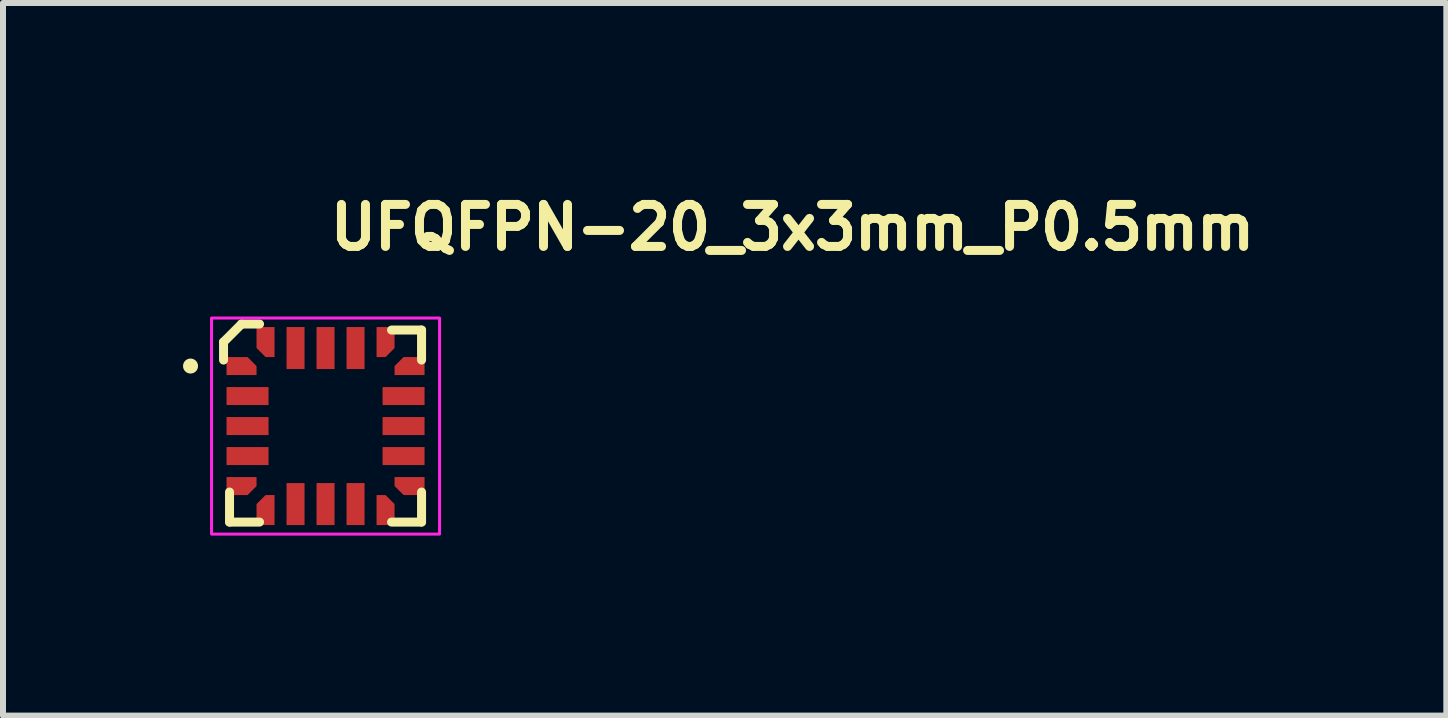
<source format=kicad_pcb>
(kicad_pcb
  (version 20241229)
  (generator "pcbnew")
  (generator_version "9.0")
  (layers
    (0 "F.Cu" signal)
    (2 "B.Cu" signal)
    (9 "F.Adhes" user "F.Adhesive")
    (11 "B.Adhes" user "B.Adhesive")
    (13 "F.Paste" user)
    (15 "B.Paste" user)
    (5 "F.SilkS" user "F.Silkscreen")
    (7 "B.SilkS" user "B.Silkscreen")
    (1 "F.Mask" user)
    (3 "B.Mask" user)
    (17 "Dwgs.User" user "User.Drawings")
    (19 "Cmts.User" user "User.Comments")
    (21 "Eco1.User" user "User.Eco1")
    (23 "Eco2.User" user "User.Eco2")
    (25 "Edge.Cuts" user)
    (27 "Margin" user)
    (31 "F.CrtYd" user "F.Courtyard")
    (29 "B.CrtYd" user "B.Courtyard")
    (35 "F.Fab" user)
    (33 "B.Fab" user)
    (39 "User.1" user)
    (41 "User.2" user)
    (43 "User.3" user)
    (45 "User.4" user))
  (footprint "UFQFPN-20_3x3mm_P0.5mm"
    (layer "F.Cu")
    (at 2.375 4.05)
    (property "Reference" "UFQFPN-20_3x3mm_P0.5mm" (at 0 -2.9 0) (layer "F.SilkS") (effects (font (size 0.7 0.7) (thickness 0.15)) (justify left bottom)))
    (attr smd)
    (fp_line (start -1.7 -1.4) (end -1.4 -1.7) (stroke (width 0.15) (type solid)) (layer "F.SilkS"))
    (fp_line (start -1.7 -1.1) (end -1.7 -1.4) (stroke (width 0.15) (type solid)) (layer "F.SilkS"))
    (fp_line (start -1.6 1.1) (end -1.6 1.6) (stroke (width 0.15) (type solid)) (layer "F.SilkS"))
    (fp_line (start -1.6 1.6) (end -1.1 1.6) (stroke (width 0.15) (type solid)) (layer "F.SilkS"))
    (fp_line (start -1.4 -1.7) (end -1.1 -1.7) (stroke (width 0.15) (type solid)) (layer "F.SilkS"))
    (fp_line (start 1.1 -1.6) (end 1.6 -1.6) (stroke (width 0.15) (type solid)) (layer "F.SilkS"))
    (fp_line (start 1.6 -1.6) (end 1.6 -1.1) (stroke (width 0.15) (type solid)) (layer "F.SilkS"))
    (fp_line (start 1.6 1.1) (end 1.6 1.6) (stroke (width 0.15) (type solid)) (layer "F.SilkS"))
    (fp_line (start 1.6 1.6) (end 1.1 1.6) (stroke (width 0.15) (type solid)) (layer "F.SilkS"))
    (fp_circle (center -2.25 -1) (end -2.2 -1) (stroke (width 0.15) (type solid)) (fill yes) (layer "F.SilkS"))
    (fp_rect (start -1.9 -1.8) (end 1.9 1.8) (stroke (width 0.05) (type solid)) (fill no) (layer "F.CrtYd"))
    (fp_rect (start -1.5 -1.5) (end 1.5 1.5) (stroke (width 0.1) (type solid)) (fill no) (layer "User.5"))
    (fp_line (start -1.5 -1.5) (end -1.5 1.5) (stroke (width 0.02) (type solid)) (layer "User.9"))
    (fp_line (start -1.5 1.5) (end 1.5 1.5) (stroke (width 0.02) (type solid)) (layer "User.9"))
    (fp_line (start 1.5 -1.5) (end -1.5 -1.5) (stroke (width 0.02) (type solid)) (layer "User.9"))
    (fp_line (start 1.5 1.5) (end 1.5 -1.5) (stroke (width 0.02) (type solid)) (layer "User.9"))
    (pad "1" smd roundrect (at -1.4 -1) (size 0.5 0.3) (layers "F.Cu" "F.Mask" "F.Paste") (roundrect_rratio 0) (chamfer_ratio 0.5) (chamfer top_right))
    (pad "2" smd rect (at -1.3 -0.5) (size 0.7 0.3) (layers "F.Cu" "F.Mask" "F.Paste"))
    (pad "3" smd rect (at -1.3 0) (size 0.7 0.3) (layers "F.Cu" "F.Mask" "F.Paste"))
    (pad "4" smd rect (at -1.3 0.5) (size 0.7 0.3) (layers "F.Cu" "F.Mask" "F.Paste"))
    (pad "5" smd roundrect (at -1.4 1) (size 0.5 0.3) (layers "F.Cu" "F.Mask" "F.Paste") (roundrect_rratio 0) (chamfer_ratio 0.5) (chamfer bottom_right))
    (pad "6" smd roundrect (at -1 1.4 90) (size 0.5 0.3) (layers "F.Cu" "F.Mask" "F.Paste") (roundrect_rratio 0) (chamfer_ratio 0.5) (chamfer top_right))
    (pad "7" smd rect (at -0.5 1.3 90) (size 0.7 0.3) (layers "F.Cu" "F.Mask" "F.Paste"))
    (pad "8" smd rect (at 0 1.3 90) (size 0.7 0.3) (layers "F.Cu" "F.Mask" "F.Paste"))
    (pad "9" smd rect (at 0.5 1.3 90) (size 0.7 0.3) (layers "F.Cu" "F.Mask" "F.Paste"))
    (pad "10" smd roundrect (at 1 1.4 90) (size 0.5 0.3) (layers "F.Cu" "F.Mask" "F.Paste") (roundrect_rratio 0) (chamfer_ratio 0.5) (chamfer bottom_right))
    (pad "11" smd roundrect (at 1.4 1 180) (size 0.5 0.3) (layers "F.Cu" "F.Mask" "F.Paste") (roundrect_rratio 0) (chamfer_ratio 0.5) (chamfer top_right))
    (pad "12" smd rect (at 1.3 0.5) (size 0.7 0.3) (layers "F.Cu" "F.Mask" "F.Paste"))
    (pad "13" smd rect (at 1.3 0) (size 0.7 0.3) (layers "F.Cu" "F.Mask" "F.Paste"))
    (pad "14" smd rect (at 1.3 -0.5) (size 0.7 0.3) (layers "F.Cu" "F.Mask" "F.Paste"))
    (pad "15" smd roundrect (at 1.4 -1 180) (size 0.5 0.3) (layers "F.Cu" "F.Mask" "F.Paste") (roundrect_rratio 0) (chamfer_ratio 0.5) (chamfer bottom_right))
    (pad "16" smd roundrect (at 1 -1.4 270) (size 0.5 0.3) (layers "F.Cu" "F.Mask" "F.Paste") (roundrect_rratio 0) (chamfer_ratio 0.5) (chamfer top_right))
    (pad "17" smd rect (at 0.5 -1.3 90) (size 0.7 0.3) (layers "F.Cu" "F.Mask" "F.Paste"))
    (pad "18" smd rect (at 0 -1.3 90) (size 0.7 0.3) (layers "F.Cu" "F.Mask" "F.Paste"))
    (pad "19" smd rect (at -0.5 -1.3 90) (size 0.7 0.3) (layers "F.Cu" "F.Mask" "F.Paste"))
    (pad "20" smd roundrect (at -1 -1.4 270) (size 0.5 0.3) (layers "F.Cu" "F.Mask" "F.Paste") (roundrect_rratio 0) (chamfer_ratio 0.5) (chamfer bottom_right)))
  (gr_rect
    (start -3 -3)
    (end 21.052 8.875)
    (stroke (width 0.1) (type default))
    (fill no)
    (layer "Edge.Cuts")))
</source>
